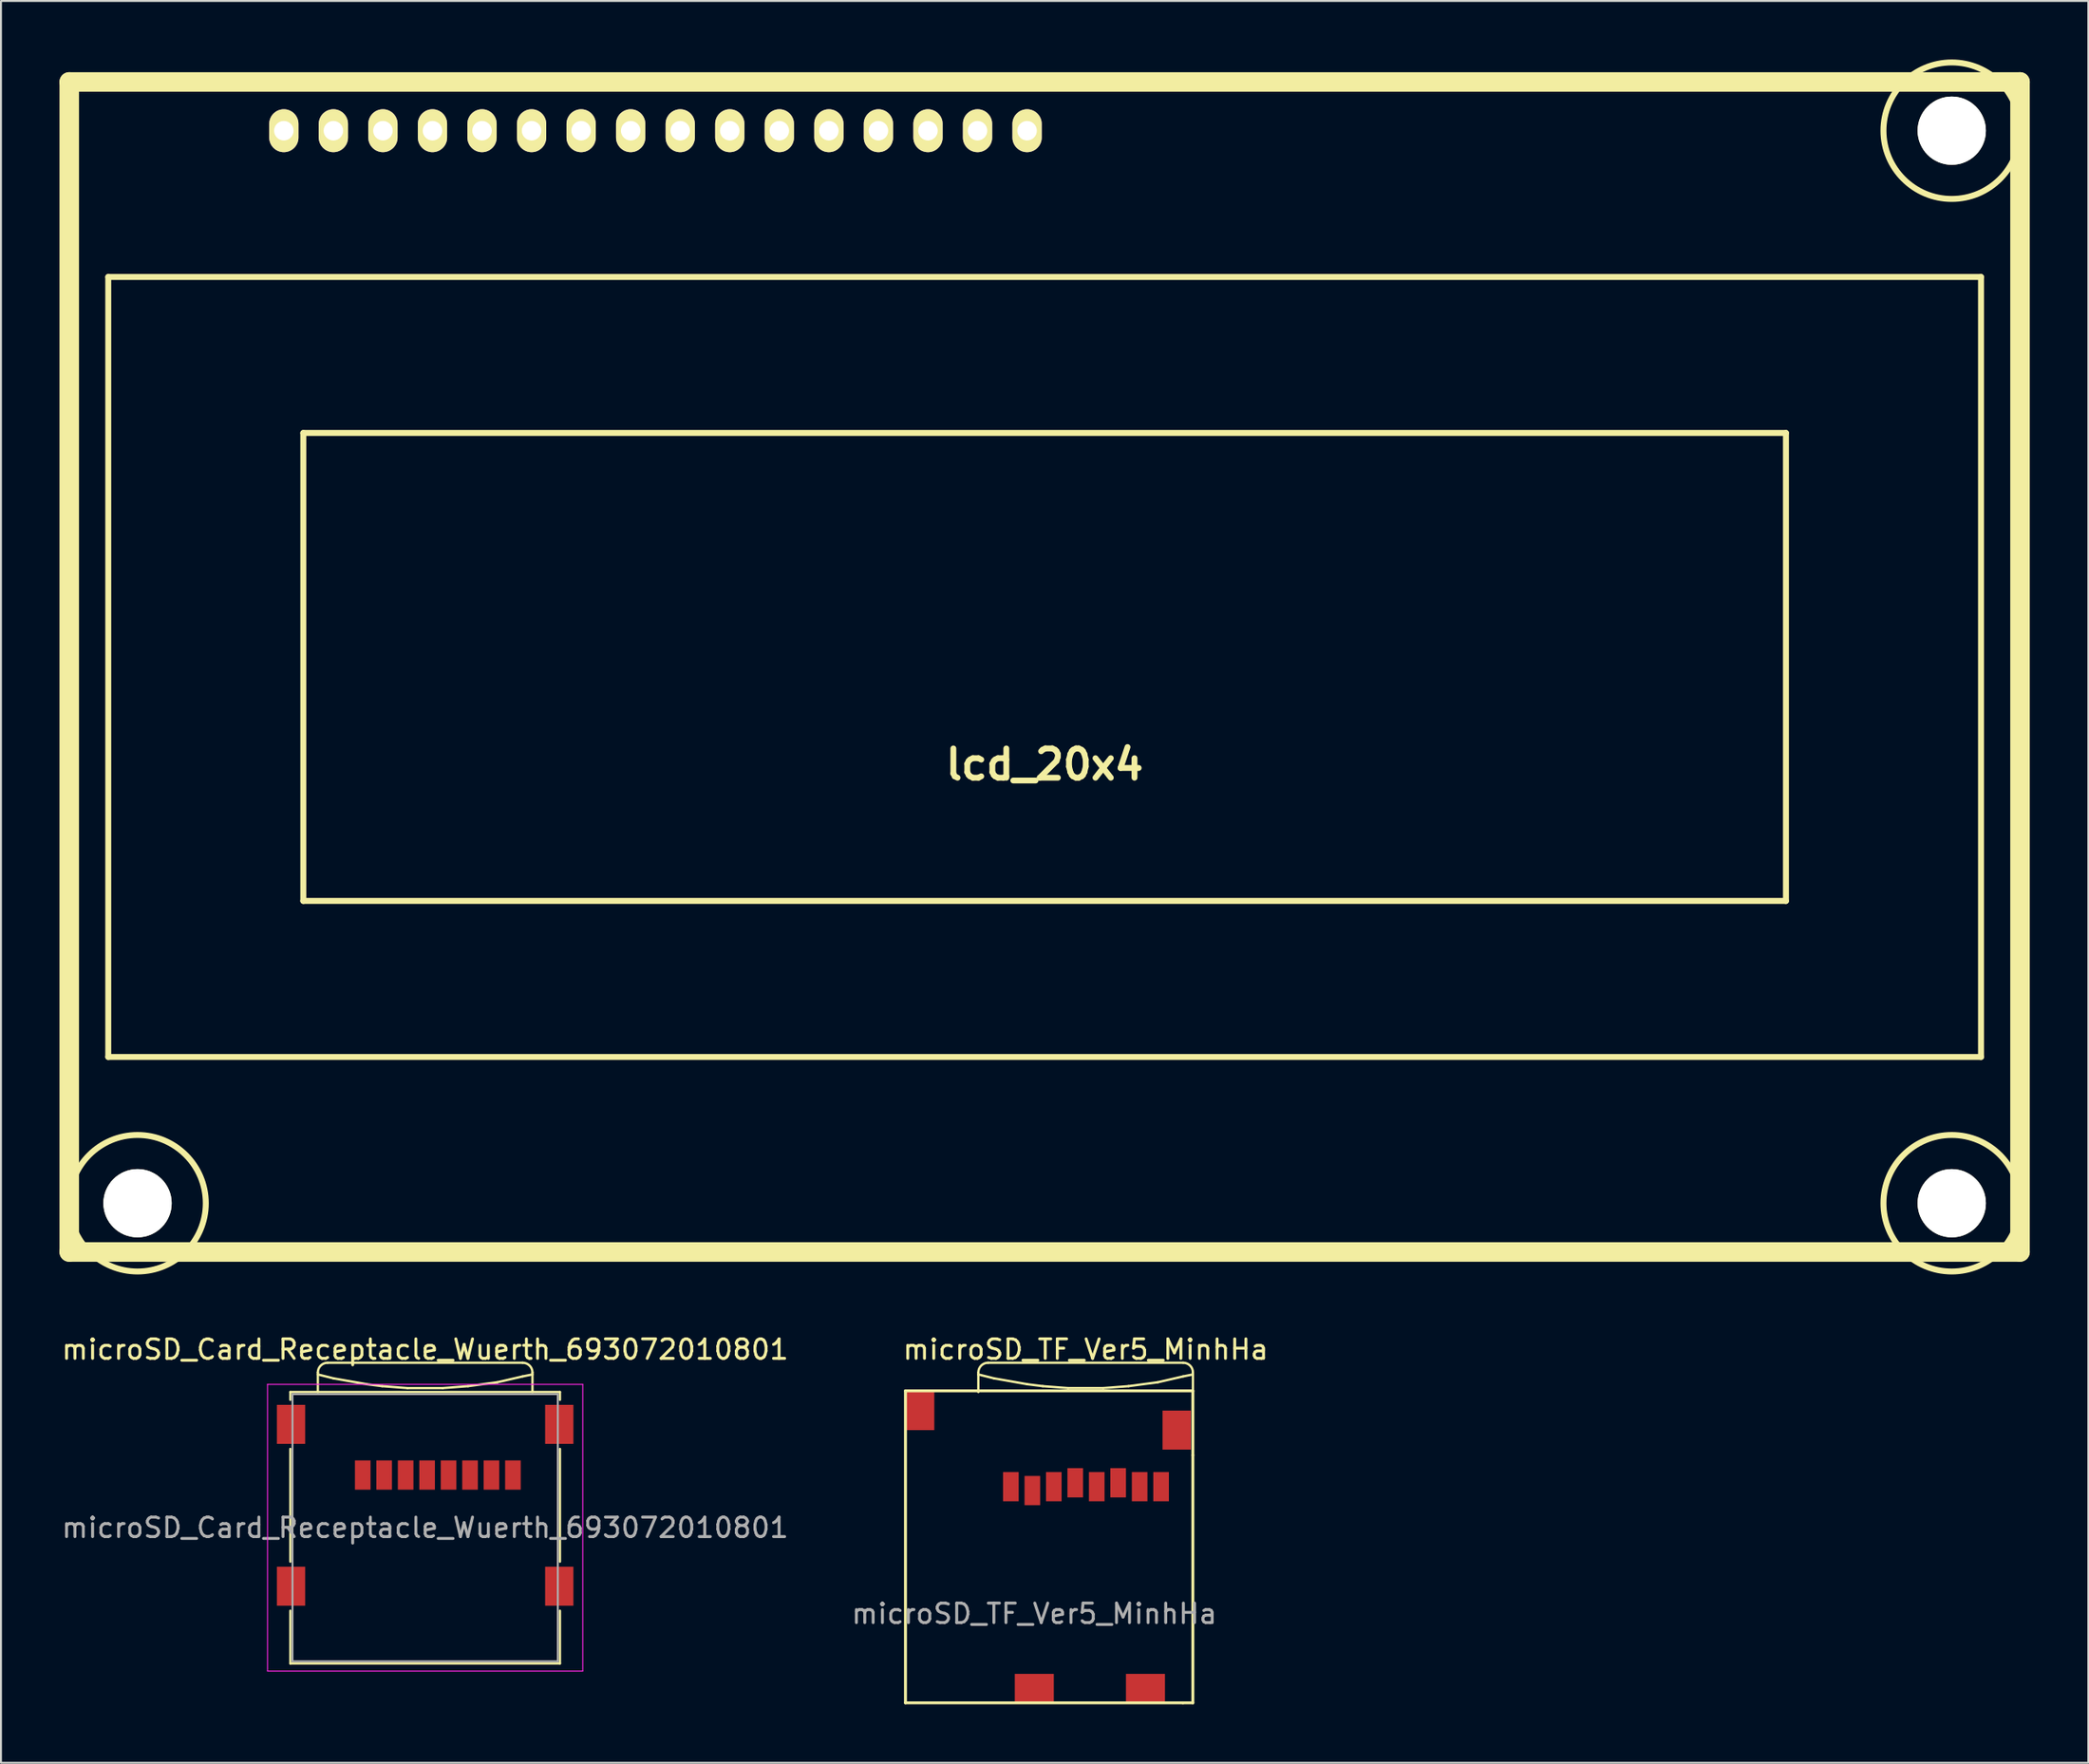
<source format=kicad_pcb>
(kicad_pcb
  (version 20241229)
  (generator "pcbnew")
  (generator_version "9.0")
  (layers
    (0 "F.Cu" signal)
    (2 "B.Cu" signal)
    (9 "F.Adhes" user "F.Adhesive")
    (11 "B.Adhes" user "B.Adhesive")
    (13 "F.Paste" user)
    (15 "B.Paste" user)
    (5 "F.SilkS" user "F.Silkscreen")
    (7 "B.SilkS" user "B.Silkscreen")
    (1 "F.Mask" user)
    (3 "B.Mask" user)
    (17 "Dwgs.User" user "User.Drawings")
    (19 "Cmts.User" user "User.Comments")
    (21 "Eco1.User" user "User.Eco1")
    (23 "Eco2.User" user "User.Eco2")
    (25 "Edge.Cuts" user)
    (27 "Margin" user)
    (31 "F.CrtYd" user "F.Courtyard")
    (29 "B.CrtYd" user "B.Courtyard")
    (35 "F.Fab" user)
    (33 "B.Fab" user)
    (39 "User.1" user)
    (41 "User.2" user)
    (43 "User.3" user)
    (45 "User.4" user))
  (footprint "microSD_Card_Receptacle_Wuerth_693072010801"
    (layer "F.Cu")
    (at 18.744 75.294)
    (property "Reference" "microSD_Card_Receptacle_Wuerth_693072010801" (at 0 -9.14 0) (layer "F.SilkS") (effects (font (size 1 1) (thickness 0.15))))
    (attr smd)
    (fp_line (start -6.91 -6.96) (end -6.91 -6.56) (stroke (width 0.12) (type solid)) (layer "F.SilkS"))
    (fp_line (start -6.91 -6.96) (end 6.91 -6.96) (stroke (width 0.12) (type solid)) (layer "F.SilkS"))
    (fp_line (start -6.91 -4.04) (end -6.91 1.74) (stroke (width 0.12) (type solid)) (layer "F.SilkS"))
    (fp_line (start -6.91 4.26) (end -6.91 6.96) (stroke (width 0.12) (type solid)) (layer "F.SilkS"))
    (fp_line (start -5.5 -7.86) (end -4.7 -7.66) (stroke (width 0.12) (type solid)) (layer "F.SilkS"))
    (fp_line (start -5.5 -6.96) (end -5.5 -7.96) (stroke (width 0.12) (type solid)) (layer "F.SilkS"))
    (fp_line (start -5 -8.46) (end 5 -8.46) (stroke (width 0.12) (type solid)) (layer "F.SilkS"))
    (fp_line (start -4.7 -7.66) (end -3 -7.36) (stroke (width 0.12) (type solid)) (layer "F.SilkS"))
    (fp_line (start -3 -7.36) (end -2.2 -7.26) (stroke (width 0.12) (type solid)) (layer "F.SilkS"))
    (fp_line (start -2.2 -7.26) (end -0.9 -7.16) (stroke (width 0.12) (type solid)) (layer "F.SilkS"))
    (fp_line (start -0.9 -7.16) (end 0.9 -7.16) (stroke (width 0.12) (type solid)) (layer "F.SilkS"))
    (fp_line (start 0.9 -7.16) (end 2.2 -7.26) (stroke (width 0.12) (type solid)) (layer "F.SilkS"))
    (fp_line (start 2.2 -7.26) (end 3.7 -7.46) (stroke (width 0.12) (type solid)) (layer "F.SilkS"))
    (fp_line (start 3.7 -7.46) (end 5 -7.76) (stroke (width 0.12) (type solid)) (layer "F.SilkS"))
    (fp_line (start 5 -7.76) (end 5.5 -7.86) (stroke (width 0.12) (type solid)) (layer "F.SilkS"))
    (fp_line (start 5.5 -6.96) (end 5.5 -7.96) (stroke (width 0.12) (type solid)) (layer "F.SilkS"))
    (fp_line (start 6.91 -6.96) (end 6.91 -6.56) (stroke (width 0.12) (type solid)) (layer "F.SilkS"))
    (fp_line (start 6.91 -4.04) (end 6.91 1.74) (stroke (width 0.12) (type solid)) (layer "F.SilkS"))
    (fp_line (start 6.91 4.26) (end 6.91 6.96) (stroke (width 0.12) (type solid)) (layer "F.SilkS"))
    (fp_line (start 6.91 6.96) (end -6.91 6.96) (stroke (width 0.12) (type solid)) (layer "F.SilkS"))
    (fp_arc (start -5.5 -7.96) (mid -5.353553 -8.313553) (end -5 -8.46) (stroke (width 0.12) (type solid)) (layer "F.SilkS"))
    (fp_arc (start 5 -8.46) (mid 5.353553 -8.313553) (end 5.5 -7.96) (stroke (width 0.12) (type solid)) (layer "F.SilkS"))
    (fp_line (start -8.08 -7.35) (end -8.08 7.35) (stroke (width 0.05) (type solid)) (layer "F.CrtYd"))
    (fp_line (start 8.08 -7.35) (end -8.08 -7.35) (stroke (width 0.05) (type solid)) (layer "F.CrtYd"))
    (fp_line (start 8.08 -7.35) (end 8.08 7.35) (stroke (width 0.05) (type solid)) (layer "F.CrtYd"))
    (fp_line (start 8.08 7.35) (end -8.08 7.35) (stroke (width 0.05) (type solid)) (layer "F.CrtYd"))
    (fp_line (start -6.8 -6.85) (end -6.8 6.85) (stroke (width 0.1) (type solid)) (layer "F.Fab"))
    (fp_line (start -6.8 6.85) (end 6.8 6.85) (stroke (width 0.1) (type solid)) (layer "F.Fab"))
    (fp_line (start 6.8 -6.85) (end -6.8 -6.85) (stroke (width 0.1) (type solid)) (layer "F.Fab"))
    (fp_line (start 6.8 6.85) (end 6.8 -6.85) (stroke (width 0.1) (type solid)) (layer "F.Fab"))
    (fp_text user "${REFERENCE}" (at 0 0 0) (layer "F.Fab") (effects (font (size 1 1) (thickness 0.15))))
    (pad "1" smd rect (at -3.2 -2.7) (size 0.8 1.5) (layers "F.Cu" "F.Mask" "F.Paste"))
    (pad "2" smd rect (at -2.1 -2.7) (size 0.8 1.5) (layers "F.Cu" "F.Mask" "F.Paste"))
    (pad "3" smd rect (at -1 -2.7) (size 0.8 1.5) (layers "F.Cu" "F.Mask" "F.Paste"))
    (pad "4" smd rect (at 0.1 -2.7) (size 0.8 1.5) (layers "F.Cu" "F.Mask" "F.Paste"))
    (pad "5" smd rect (at 1.2 -2.7) (size 0.8 1.5) (layers "F.Cu" "F.Mask" "F.Paste"))
    (pad "6" smd rect (at 2.3 -2.7) (size 0.8 1.5) (layers "F.Cu" "F.Mask" "F.Paste"))
    (pad "7" smd rect (at 3.4 -2.7) (size 0.8 1.5) (layers "F.Cu" "F.Mask" "F.Paste"))
    (pad "8" smd rect (at 4.5 -2.7) (size 0.8 1.5) (layers "F.Cu" "F.Mask" "F.Paste"))
    (pad "9" smd rect (at -6.875 -5.3) (size 1.45 2) (layers "F.Cu" "F.Mask" "F.Paste"))
    (pad "9" smd rect (at -6.875 3) (size 1.45 2) (layers "F.Cu" "F.Mask" "F.Paste"))
    (pad "9" smd rect (at 6.875 -5.3) (size 1.45 2) (layers "F.Cu" "F.Mask" "F.Paste"))
    (pad "9" smd rect (at 6.875 3) (size 1.45 2) (layers "F.Cu" "F.Mask" "F.Paste")))
  (footprint "lcd_20x4"
    (layer "F.Cu")
    (at 50.5 31.153)
    (property "Reference" "lcd_20x4" (at 0 5.001 0) (layer "F.SilkS") (effects (font (size 1.5 1.5) (thickness 0.3))))
    (attr through_hole)
    (fp_line (start -50 -30) (end 50 -30) (stroke (width 1.001) (type solid)) (layer "F.SilkS"))
    (fp_line (start -50 30) (end -50 -30) (stroke (width 1.001) (type solid)) (layer "F.SilkS"))
    (fp_line (start -48.001 -20) (end 48.001 -20) (stroke (width 0.305) (type solid)) (layer "F.SilkS"))
    (fp_line (start -48.001 20) (end -48.001 -20) (stroke (width 0.305) (type solid)) (layer "F.SilkS"))
    (fp_line (start -38.001 -11.999) (end -38.001 11.999) (stroke (width 0.305) (type solid)) (layer "F.SilkS"))
    (fp_line (start -38.001 11.999) (end 38.001 11.999) (stroke (width 0.305) (type solid)) (layer "F.SilkS"))
    (fp_line (start 38.001 -11.999) (end -38.001 -11.999) (stroke (width 0.305) (type solid)) (layer "F.SilkS"))
    (fp_line (start 38.001 11.999) (end 38.001 -11.999) (stroke (width 0.305) (type solid)) (layer "F.SilkS"))
    (fp_line (start 48.001 -20) (end 48.001 20) (stroke (width 0.305) (type solid)) (layer "F.SilkS"))
    (fp_line (start 48.001 20) (end -48.001 20) (stroke (width 0.305) (type solid)) (layer "F.SilkS"))
    (fp_line (start 50 -30) (end 50 30) (stroke (width 1.001) (type solid)) (layer "F.SilkS"))
    (fp_line (start 50 30) (end -50 30) (stroke (width 1.001) (type solid)) (layer "F.SilkS"))
    (fp_circle (center -46.5 27.501) (end -50 27.501) (stroke (width 0.305) (type solid)) (fill no) (layer "F.SilkS"))
    (fp_circle (center 46.5 -27.501) (end 50 -27.501) (stroke (width 0.305) (type solid)) (fill no) (layer "F.SilkS"))
    (fp_circle (center 46.5 27.501) (end 50 27.501) (stroke (width 0.305) (type solid)) (fill no) (layer "F.SilkS"))
    (pad "" np_thru_hole circle (at -46.5 27.5) (size 3.5 3.5) (drill 3.5) (layers "*.Cu" "*.Mask" "F.SilkS"))
    (pad "" np_thru_hole circle (at 46.5 -27.501) (size 3.5 3.5) (drill 3.5) (layers "*.Cu" "*.Mask" "F.SilkS"))
    (pad "" np_thru_hole circle (at 46.5 27.501) (size 3.5 3.5) (drill 3.5) (layers "*.Cu" "*.Mask" "F.SilkS"))
    (pad "1" thru_hole oval (at -39 -27.5) (size 1.5 2.2) (drill 1) (layers "*.Cu" "*.Mask" "F.SilkS"))
    (pad "2" thru_hole oval (at -36.46 -27.5) (size 1.5 2.2) (drill 1) (layers "*.Cu" "*.Mask" "F.SilkS"))
    (pad "3" thru_hole oval (at -33.92 -27.5) (size 1.5 2.2) (drill 1) (layers "*.Cu" "*.Mask" "F.SilkS"))
    (pad "4" thru_hole oval (at -31.38 -27.5) (size 1.5 2.2) (drill 1) (layers "*.Cu" "*.Mask" "F.SilkS"))
    (pad "5" thru_hole oval (at -28.84 -27.5) (size 1.5 2.2) (drill 1) (layers "*.Cu" "*.Mask" "F.SilkS"))
    (pad "6" thru_hole oval (at -26.3 -27.5) (size 1.5 2.2) (drill 1) (layers "*.Cu" "*.Mask" "F.SilkS"))
    (pad "7" thru_hole oval (at -23.76 -27.5) (size 1.5 2.2) (drill 1) (layers "*.Cu" "*.Mask" "F.SilkS"))
    (pad "8" thru_hole oval (at -21.22 -27.5) (size 1.5 2.2) (drill 1) (layers "*.Cu" "*.Mask" "F.SilkS"))
    (pad "9" thru_hole oval (at -18.68 -27.5) (size 1.5 2.2) (drill 1) (layers "*.Cu" "*.Mask" "F.SilkS"))
    (pad "10" thru_hole oval (at -16.14 -27.5) (size 1.5 2.2) (drill 1) (layers "*.Cu" "*.Mask" "F.SilkS"))
    (pad "11" thru_hole oval (at -13.6 -27.5) (size 1.5 2.2) (drill 1) (layers "*.Cu" "*.Mask" "F.SilkS"))
    (pad "12" thru_hole oval (at -11.06 -27.5) (size 1.5 2.2) (drill 1) (layers "*.Cu" "*.Mask" "F.SilkS"))
    (pad "13" thru_hole oval (at -8.52 -27.5) (size 1.5 2.2) (drill 1) (layers "*.Cu" "*.Mask" "F.SilkS"))
    (pad "14" thru_hole oval (at -5.98 -27.5) (size 1.5 2.2) (drill 1) (layers "*.Cu" "*.Mask" "F.SilkS"))
    (pad "15" thru_hole oval (at -3.44 -27.5) (size 1.5 2.2) (drill 1) (layers "*.Cu" "*.Mask" "F.SilkS"))
    (pad "16" thru_hole oval (at -0.9 -27.5) (size 1.5 2.2) (drill 1) (layers "*.Cu" "*.Mask" "F.SilkS")))
  (footprint "microSD_TF_Ver5_MinhHa"
    (layer "F.Cu")
    (at 49.97 83.514)
    (property "Reference" "microSD_TF_Ver5_MinhHa" (at 2.632 -17.36 0) (layer "F.SilkS") (effects (font (size 1 1) (thickness 0.15))))
    (attr smd)
    (fp_line (start -6.604 -15.24) (end -6.604 0.762) (stroke (width 0.15) (type solid)) (layer "F.SilkS"))
    (fp_line (start -6.604 -15.24) (end 8.128 -15.24) (stroke (width 0.15) (type solid)) (layer "F.SilkS"))
    (fp_line (start -6.604 0.762) (end 7.62 0.762) (stroke (width 0.15) (type solid)) (layer "F.SilkS"))
    (fp_line (start -2.868 -16.08) (end -2.068 -15.88) (stroke (width 0.12) (type solid)) (layer "F.SilkS"))
    (fp_line (start -2.868 -15.18) (end -2.868 -16.18) (stroke (width 0.12) (type solid)) (layer "F.SilkS"))
    (fp_line (start -2.368 -16.68) (end 7.632 -16.68) (stroke (width 0.12) (type solid)) (layer "F.SilkS"))
    (fp_line (start -2.068 -15.88) (end -0.368 -15.58) (stroke (width 0.12) (type solid)) (layer "F.SilkS"))
    (fp_line (start -0.368 -15.58) (end 0.432 -15.48) (stroke (width 0.12) (type solid)) (layer "F.SilkS"))
    (fp_line (start 0.432 -15.48) (end 1.732 -15.38) (stroke (width 0.12) (type solid)) (layer "F.SilkS"))
    (fp_line (start 1.732 -15.38) (end 3.532 -15.38) (stroke (width 0.12) (type solid)) (layer "F.SilkS"))
    (fp_line (start 3.532 -15.38) (end 4.832 -15.48) (stroke (width 0.12) (type solid)) (layer "F.SilkS"))
    (fp_line (start 4.832 -15.48) (end 6.332 -15.68) (stroke (width 0.12) (type solid)) (layer "F.SilkS"))
    (fp_line (start 6.332 -15.68) (end 7.632 -15.98) (stroke (width 0.12) (type solid)) (layer "F.SilkS"))
    (fp_line (start 7.62 0.762) (end 8.128 0.762) (stroke (width 0.15) (type solid)) (layer "F.SilkS"))
    (fp_line (start 7.632 -15.98) (end 8.132 -16.08) (stroke (width 0.12) (type solid)) (layer "F.SilkS"))
    (fp_line (start 8.128 -15.24) (end 8.128 -11.938) (stroke (width 0.15) (type solid)) (layer "F.SilkS"))
    (fp_line (start 8.128 -11.938) (end 8.128 0.762) (stroke (width 0.15) (type solid)) (layer "F.SilkS"))
    (fp_line (start 8.132 -15.18) (end 8.132 -16.18) (stroke (width 0.12) (type solid)) (layer "F.SilkS"))
    (fp_arc (start -2.868 -16.18) (mid -2.721553 -16.533553) (end -2.368 -16.68) (stroke (width 0.12) (type solid)) (layer "F.SilkS"))
    (fp_arc (start 7.632 -16.68) (mid 7.985553 -16.533553) (end 8.132 -16.18) (stroke (width 0.12) (type solid)) (layer "F.SilkS"))
    (fp_text user "${REFERENCE}" (at 0 -3.81 0) (layer "F.Fab") (effects (font (size 1 1) (thickness 0.15))))
    (pad "1" smd rect (at -1.2 -10.325) (size 0.8 1.5) (layers "F.Cu" "F.Mask" "F.Paste"))
    (pad "2" smd rect (at -0.1 -10.125) (size 0.8 1.5) (layers "F.Cu" "F.Mask" "F.Paste"))
    (pad "3" smd rect (at 1 -10.325) (size 0.8 1.5) (layers "F.Cu" "F.Mask" "F.Paste"))
    (pad "4" smd rect (at 2.1 -10.525) (size 0.8 1.5) (layers "F.Cu" "F.Mask" "F.Paste"))
    (pad "5" smd rect (at 3.2 -10.325) (size 0.8 1.5) (layers "F.Cu" "F.Mask" "F.Paste"))
    (pad "6" smd rect (at 4.3 -10.525) (size 0.8 1.5) (layers "F.Cu" "F.Mask" "F.Paste"))
    (pad "7" smd rect (at 5.4 -10.325) (size 0.8 1.5) (layers "F.Cu" "F.Mask" "F.Paste"))
    (pad "8" smd rect (at 6.5 -10.325) (size 0.8 1.5) (layers "F.Cu" "F.Mask" "F.Paste"))
    (pad "9" smd rect (at -5.85 -14.225) (size 1.45 2) (layers "F.Cu" "F.Mask" "F.Paste"))
    (pad "9" smd rect (at 0 0) (size 2 1.45) (layers "F.Cu" "F.Mask" "F.Paste"))
    (pad "9" smd rect (at 5.7 0) (size 2 1.45) (layers "F.Cu" "F.Mask" "F.Paste"))
    (pad "9" smd rect (at 7.3 -13.225) (size 1.45 2) (layers "F.Cu" "F.Mask" "F.Paste")))
  (gr_rect
    (start -3 -3)
    (end 104.001 87.351)
    (stroke (width 0.1) (type default))
    (fill no)
    (layer "Edge.Cuts")))
</source>
